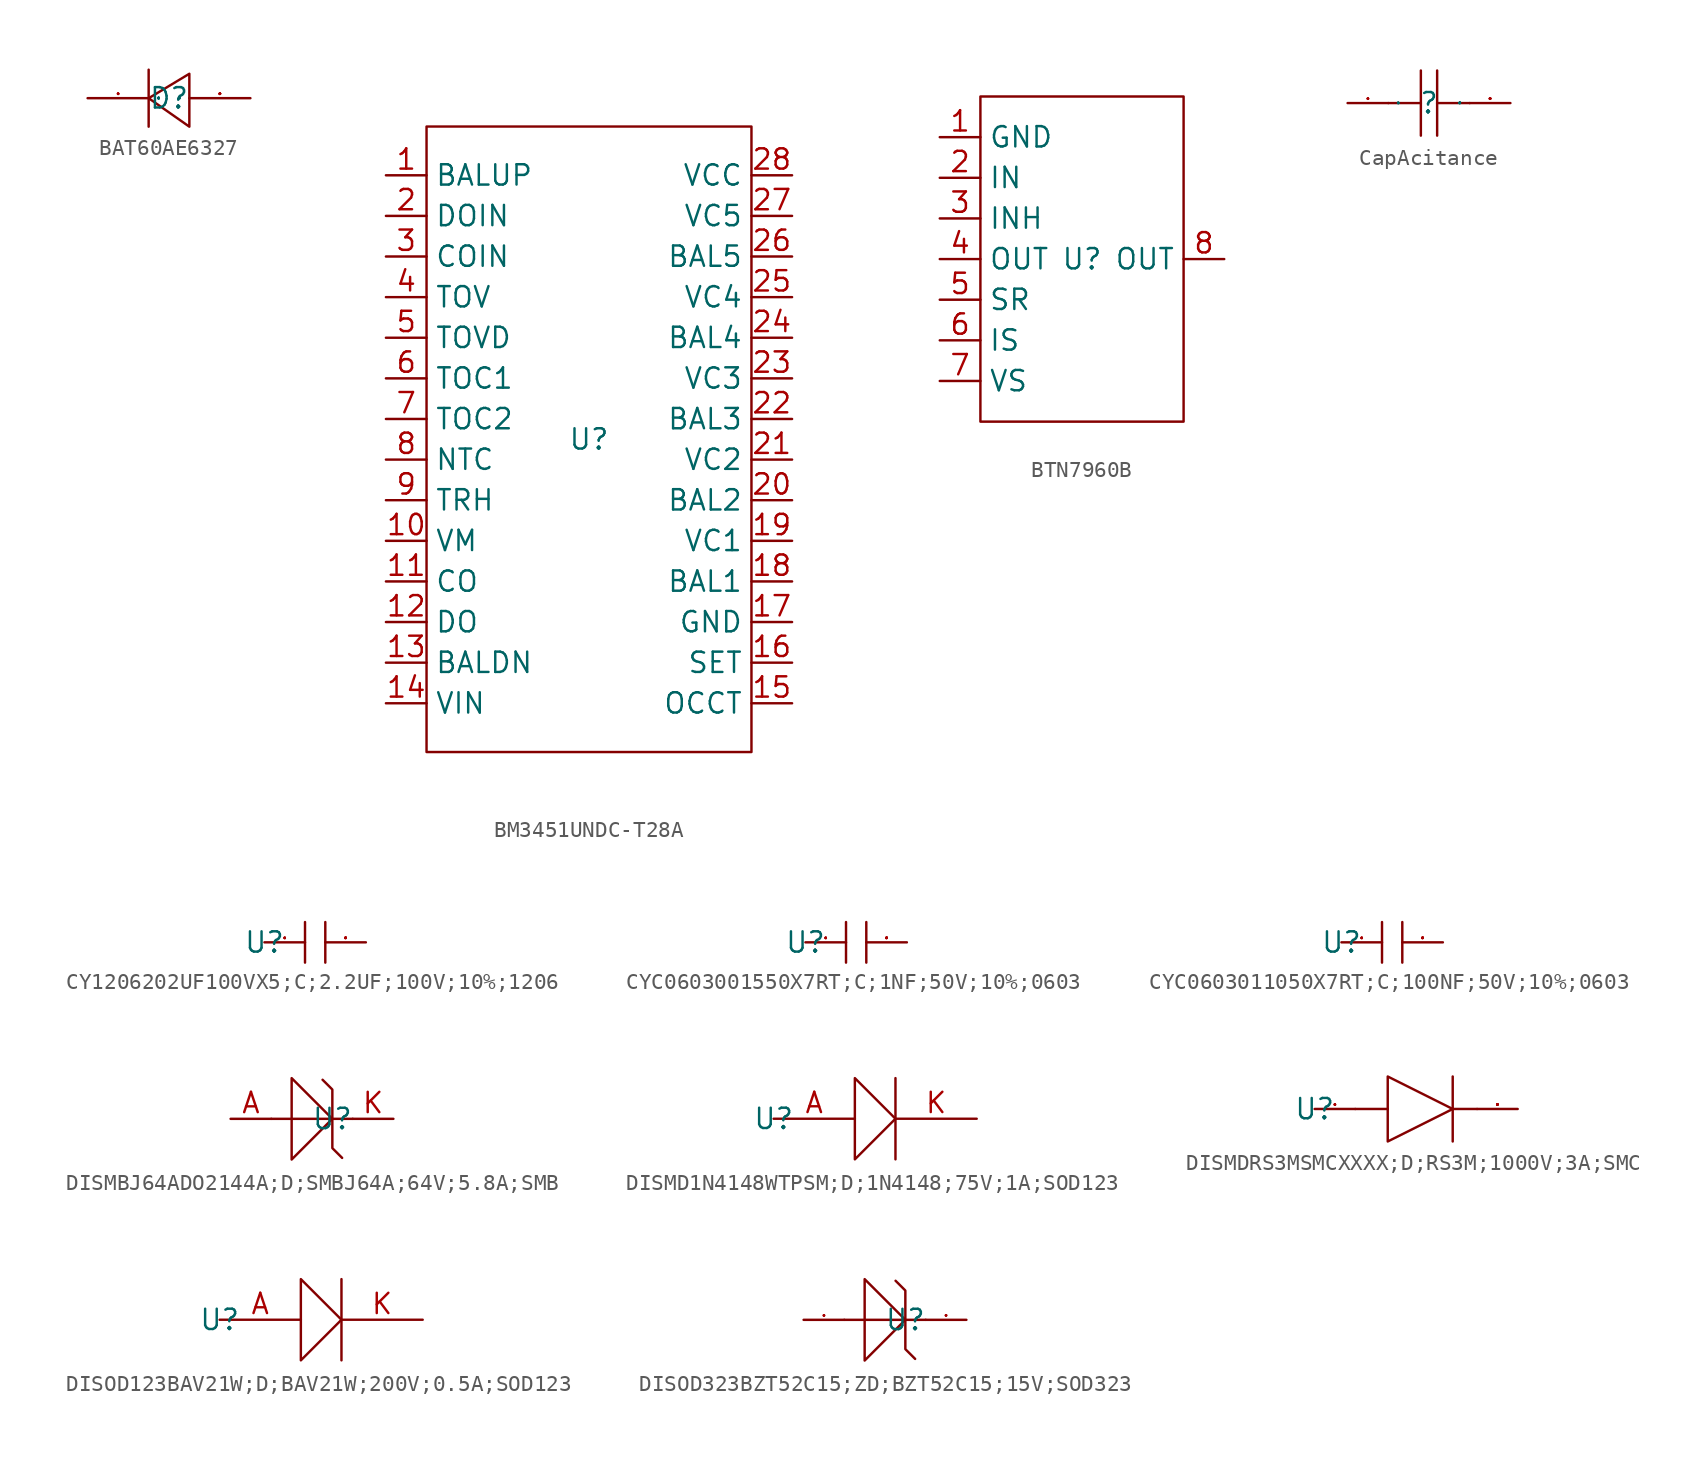
<source format=kicad_sym>
(kicad_symbol_lib
  (version 20231120)
  (generator "kicad_symbol_editor")
  (generator_version "8.0")
  (symbol "BAT60AE6327"
    (property "Reference" "D"
      (at 0 0 0)
      (effects (font (size 1.27 1.27))))
    (property "Value" ""
      (at 0 0 0)
      (effects (font (size 1.27 1.27))))
    (symbol "BAT60AE6327_1_0"
      (polyline (pts (xy -1.27 1.778) (xy -1.27 -1.778)) (stroke (width 0) (type default)) (fill (type none)))
      (polyline (pts (xy 1.27 1.524) (xy -1.27 0) (xy -1.27 0) (xy 1.27 -1.778) (xy 1.27 -1.778) (xy 1.27 1.524)) (stroke (width 0) (type default)) (fill (type none)))
      (pin unspecified line (at -5.08 0 0) (length 3.81) (name "C" (effects (font (size 0.025 0.025)))) (number "1" (effects (font (size 0.025 0.025)))))
      (pin unspecified line (at 5.08 0 180) (length 3.81) (name "A" (effects (font (size 0.025 0.025)))) (number "2" (effects (font (size 0.025 0.025)))))))
  (symbol "BM3451UNDC-T28A"
    (property "Reference" "U"
      (at 0 0 0)
      (effects (font (size 1.27 1.27))))
    (property "Value" ""
      (at 0 0 0)
      (effects (font (size 1.27 1.27))))
    (symbol "BM3451UNDC-T28A_1_0"
      (rectangle (start -10.16 -19.558) (end 10.16 19.558) (stroke (width 0) (type default)) (fill (type none)))
      (pin unspecified line (at -12.7 16.51 0) (length 2.54) (name "BALUP" (effects (font (size 1.27 1.27)))) (number "1" (effects (font (size 1.27 1.27)))))
      (pin unspecified line (at -12.7 -6.35 0) (length 2.54) (name "VM" (effects (font (size 1.27 1.27)))) (number "10" (effects (font (size 1.27 1.27)))))
      (pin unspecified line (at -12.7 -8.89 0) (length 2.54) (name "CO" (effects (font (size 1.27 1.27)))) (number "11" (effects (font (size 1.27 1.27)))))
      (pin unspecified line (at -12.7 -11.43 0) (length 2.54) (name "DO" (effects (font (size 1.27 1.27)))) (number "12" (effects (font (size 1.27 1.27)))))
      (pin unspecified line (at -12.7 -13.97 0) (length 2.54) (name "BALDN" (effects (font (size 1.27 1.27)))) (number "13" (effects (font (size 1.27 1.27)))))
      (pin unspecified line (at -12.7 -16.51 0) (length 2.54) (name "VIN" (effects (font (size 1.27 1.27)))) (number "14" (effects (font (size 1.27 1.27)))))
      (pin unspecified line (at 12.7 -16.51 180) (length 2.54) (name "OCCT" (effects (font (size 1.27 1.27)))) (number "15" (effects (font (size 1.27 1.27)))))
      (pin unspecified line (at 12.7 -13.97 180) (length 2.54) (name "SET" (effects (font (size 1.27 1.27)))) (number "16" (effects (font (size 1.27 1.27)))))
      (pin unspecified line (at 12.7 -11.43 180) (length 2.54) (name "GND" (effects (font (size 1.27 1.27)))) (number "17" (effects (font (size 1.27 1.27)))))
      (pin unspecified line (at 12.7 -8.89 180) (length 2.54) (name "BAL1" (effects (font (size 1.27 1.27)))) (number "18" (effects (font (size 1.27 1.27)))))
      (pin unspecified line (at 12.7 -6.35 180) (length 2.54) (name "VC1" (effects (font (size 1.27 1.27)))) (number "19" (effects (font (size 1.27 1.27)))))
      (pin unspecified line (at -12.7 13.97 0) (length 2.54) (name "DOIN" (effects (font (size 1.27 1.27)))) (number "2" (effects (font (size 1.27 1.27)))))
      (pin unspecified line (at 12.7 -3.81 180) (length 2.54) (name "BAL2" (effects (font (size 1.27 1.27)))) (number "20" (effects (font (size 1.27 1.27)))))
      (pin unspecified line (at 12.7 -1.27 180) (length 2.54) (name "VC2" (effects (font (size 1.27 1.27)))) (number "21" (effects (font (size 1.27 1.27)))))
      (pin unspecified line (at 12.7 1.27 180) (length 2.54) (name "BAL3" (effects (font (size 1.27 1.27)))) (number "22" (effects (font (size 1.27 1.27)))))
      (pin unspecified line (at 12.7 3.81 180) (length 2.54) (name "VC3" (effects (font (size 1.27 1.27)))) (number "23" (effects (font (size 1.27 1.27)))))
      (pin unspecified line (at 12.7 6.35 180) (length 2.54) (name "BAL4" (effects (font (size 1.27 1.27)))) (number "24" (effects (font (size 1.27 1.27)))))
      (pin unspecified line (at 12.7 8.89 180) (length 2.54) (name "VC4" (effects (font (size 1.27 1.27)))) (number "25" (effects (font (size 1.27 1.27)))))
      (pin unspecified line (at 12.7 11.43 180) (length 2.54) (name "BAL5" (effects (font (size 1.27 1.27)))) (number "26" (effects (font (size 1.27 1.27)))))
      (pin unspecified line (at 12.7 13.97 180) (length 2.54) (name "VC5" (effects (font (size 1.27 1.27)))) (number "27" (effects (font (size 1.27 1.27)))))
      (pin unspecified line (at 12.7 16.51 180) (length 2.54) (name "VCC" (effects (font (size 1.27 1.27)))) (number "28" (effects (font (size 1.27 1.27)))))
      (pin unspecified line (at -12.7 11.43 0) (length 2.54) (name "COIN" (effects (font (size 1.27 1.27)))) (number "3" (effects (font (size 1.27 1.27)))))
      (pin unspecified line (at -12.7 8.89 0) (length 2.54) (name "TOV" (effects (font (size 1.27 1.27)))) (number "4" (effects (font (size 1.27 1.27)))))
      (pin unspecified line (at -12.7 6.35 0) (length 2.54) (name "TOVD" (effects (font (size 1.27 1.27)))) (number "5" (effects (font (size 1.27 1.27)))))
      (pin unspecified line (at -12.7 3.81 0) (length 2.54) (name "TOC1" (effects (font (size 1.27 1.27)))) (number "6" (effects (font (size 1.27 1.27)))))
      (pin unspecified line (at -12.7 1.27 0) (length 2.54) (name "TOC2" (effects (font (size 1.27 1.27)))) (number "7" (effects (font (size 1.27 1.27)))))
      (pin unspecified line (at -12.7 -1.27 0) (length 2.54) (name "NTC" (effects (font (size 1.27 1.27)))) (number "8" (effects (font (size 1.27 1.27)))))
      (pin unspecified line (at -12.7 -3.81 0) (length 2.54) (name "TRH" (effects (font (size 1.27 1.27)))) (number "9" (effects (font (size 1.27 1.27)))))))
  (symbol "BTN7960B"
    (property "Reference" "U"
      (at 0 0 0)
      (effects (font (size 1.27 1.27))))
    (property "Value" ""
      (at 0 0 0)
      (effects (font (size 1.27 1.27))))
    (symbol "BTN7960B_1_0"
      (rectangle (start -6.35 -10.16) (end 6.35 10.16) (stroke (width 0) (type default)) (fill (type none)))
      (pin unspecified line (at -8.89 7.62 0) (length 2.54) (name "GND" (effects (font (size 1.27 1.27)))) (number "1" (effects (font (size 1.27 1.27)))))
      (pin unspecified line (at -8.89 5.08 0) (length 2.54) (name "IN" (effects (font (size 1.27 1.27)))) (number "2" (effects (font (size 1.27 1.27)))))
      (pin unspecified line (at -8.89 2.54 0) (length 2.54) (name "INH" (effects (font (size 1.27 1.27)))) (number "3" (effects (font (size 1.27 1.27)))))
      (pin unspecified line (at -8.89 0 0) (length 2.54) (name "OUT" (effects (font (size 1.27 1.27)))) (number "4" (effects (font (size 1.27 1.27)))))
      (pin unspecified line (at -8.89 -2.54 0) (length 2.54) (name "SR" (effects (font (size 1.27 1.27)))) (number "5" (effects (font (size 1.27 1.27)))))
      (pin unspecified line (at -8.89 -5.08 0) (length 2.54) (name "IS" (effects (font (size 1.27 1.27)))) (number "6" (effects (font (size 1.27 1.27)))))
      (pin unspecified line (at -8.89 -7.62 0) (length 2.54) (name "VS" (effects (font (size 1.27 1.27)))) (number "7" (effects (font (size 1.27 1.27)))))
      (pin unspecified line (at 8.89 0 180) (length 2.54) (name "OUT" (effects (font (size 1.27 1.27)))) (number "8" (effects (font (size 1.27 1.27)))))))
  (symbol "CapAcitance"
    (property "Reference" ""
      (at 0 0 0)
      (effects (font (size 1.27 1.27))))
    (symbol "CapAcitance_1_0"
      (polyline (pts (xy -0.508 -2.032) (xy -0.508 2.032)) (stroke (width 0) (type default)) (fill (type none)))
      (polyline (pts (xy -0.508 0) (xy -2.54 0)) (stroke (width 0) (type default)) (fill (type none)))
      (polyline (pts (xy 0.508 2.032) (xy 0.508 -2.032)) (stroke (width 0) (type default)) (fill (type none)))
      (polyline (pts (xy 2.54 0) (xy 0.508 0)) (stroke (width 0) (type default)) (fill (type none)))
      (pin input line (at -5.08 0 0) (length 2.54) (name "1" (effects (font (size 0.025 0.025)))) (number "1" (effects (font (size 0.025 0.025)))))
      (pin input line (at 5.08 0 180) (length 2.54) (name "2" (effects (font (size 0.025 0.025)))) (number "2" (effects (font (size 0.025 0.025)))))))
  (symbol "CY1206202UF100VX5;C;2.2UF;100V;10%;1206"
    (property "Reference" "U"
      (at 0 0 0)
      (effects (font (size 1.27 1.27))))
    (symbol "CY1206202UF100VX5;C;2.2UF;100V;10%;1206_1_0"
      (polyline (pts (xy 2.54 1.27) (xy 2.54 -1.27)) (stroke (width 0) (type default)) (fill (type none)))
      (polyline (pts (xy 3.81 1.27) (xy 3.81 -1.27)) (stroke (width 0) (type default)) (fill (type none)))
      (pin unspecified line (at 0 0 0) (length 2.54) (name "" (effects (font (size 0.025 0.025)))) (number "1" (effects (font (size 0.025 0.025)))))
      (pin unspecified line (at 6.35 0 180) (length 2.54) (name "" (effects (font (size 0.025 0.025)))) (number "2" (effects (font (size 0.025 0.025)))))))
  (symbol "CYC0603001550X7RT;C;1NF;50V;10%;0603"
    (property "Reference" "U"
      (at 0 0 0)
      (effects (font (size 1.27 1.27))))
    (symbol "CYC0603001550X7RT;C;1NF;50V;10%;0603_1_0"
      (polyline (pts (xy 2.54 1.27) (xy 2.54 -1.27)) (stroke (width 0) (type default)) (fill (type none)))
      (polyline (pts (xy 3.81 1.27) (xy 3.81 -1.27)) (stroke (width 0) (type default)) (fill (type none)))
      (pin unspecified line (at 0 0 0) (length 2.54) (name "" (effects (font (size 0.025 0.025)))) (number "1" (effects (font (size 0.025 0.025)))))
      (pin unspecified line (at 6.35 0 180) (length 2.54) (name "" (effects (font (size 0.025 0.025)))) (number "2" (effects (font (size 0.025 0.025)))))))
  (symbol "CYC0603011050X7RT;C;100NF;50V;10%;0603"
    (property "Reference" "U"
      (at 0 0 0)
      (effects (font (size 1.27 1.27))))
    (symbol "CYC0603011050X7RT;C;100NF;50V;10%;0603_1_0"
      (polyline (pts (xy 2.54 1.27) (xy 2.54 -1.27)) (stroke (width 0) (type default)) (fill (type none)))
      (polyline (pts (xy 3.81 1.27) (xy 3.81 -1.27)) (stroke (width 0) (type default)) (fill (type none)))
      (pin unspecified line (at 0 0 0) (length 2.54) (name "" (effects (font (size 0.025 0.025)))) (number "1" (effects (font (size 0.025 0.025)))))
      (pin unspecified line (at 6.35 0 180) (length 2.54) (name "" (effects (font (size 0.025 0.025)))) (number "2" (effects (font (size 0.025 0.025)))))))
  (symbol "DISMBJ64ADO2144A;D;SMBJ64A;64V;5.8A;SMB"
    (property "Reference" "U"
      (at 0 0 0)
      (effects (font (size 1.27 1.27))))
    (symbol "DISMBJ64ADO2144A;D;SMBJ64A;64V;5.8A;SMB_1_0"
      (polyline (pts (xy -3.81 0) (xy 1.27 0)) (stroke (width 0) (type default)) (fill (type none)))
      (polyline (pts (xy 0 0) (xy 0 -1.829) (xy 0 -1.829) (xy 0.61 -2.438)) (stroke (width 0) (type default)) (fill (type none)))
      (polyline (pts (xy 0 0) (xy 0 1.829) (xy 0 1.829) (xy -0.61 2.438)) (stroke (width 0) (type default)) (fill (type none)))
      (polyline (pts (xy -2.54 2.54) (xy 0 0) (xy 0 0) (xy -2.54 -2.54) (xy -2.54 -2.54) (xy -2.54 2.54)) (stroke (width 0) (type default)) (fill (type none)))
      (pin unspecified line (at -6.35 0 0) (length 2.54) (name "" (effects (font (size 1.27 1.27)))) (number "A" (effects (font (size 1.27 1.27)))))
      (pin unspecified line (at 3.81 0 180) (length 2.54) (name "" (effects (font (size 1.27 1.27)))) (number "K" (effects (font (size 1.27 1.27)))))))
  (symbol "DISMD1N4148WTPSM;D;1N4148;75V;1A;SOD123"
    (property "Reference" "U"
      (at 0 0 0)
      (effects (font (size 1.27 1.27))))
    (symbol "DISMD1N4148WTPSM;D;1N4148;75V;1A;SOD123_1_0"
      (polyline (pts (xy 7.62 2.54) (xy 7.62 -2.54)) (stroke (width 0) (type default)) (fill (type none)))
      (polyline (pts (xy 5.08 -2.54) (xy 7.62 0) (xy 7.62 0) (xy 5.08 2.54) (xy 5.08 2.54) (xy 5.08 -2.54)) (stroke (width 0) (type default)) (fill (type none)))
      (pin unspecified line (at 0 0 0) (length 5.08) (name "" (effects (font (size 1.27 1.27)))) (number "A" (effects (font (size 1.27 1.27)))))
      (pin unspecified line (at 12.7 0 180) (length 5.08) (name "" (effects (font (size 1.27 1.27)))) (number "K" (effects (font (size 1.27 1.27)))))))
  (symbol "DISMDRS3MSMCXXXX;D;RS3M;1000V;3A;SMC"
    (property "Reference" "U"
      (at 0 0 0)
      (effects (font (size 1.27 1.27))))
    (symbol "DISMDRS3MSMCXXXX;D;RS3M;1000V;3A;SMC_1_0"
      (polyline (pts (xy 4.572 0) (xy 2.54 0)) (stroke (width 0) (type default)) (fill (type none)))
      (polyline (pts (xy 8.636 2.032) (xy 8.636 -2.032)) (stroke (width 0) (type default)) (fill (type none)))
      (polyline (pts (xy 10.16 0) (xy 8.636 0)) (stroke (width 0) (type default)) (fill (type none)))
      (polyline (pts (xy 4.572 2.032) (xy 4.572 -2.032) (xy 4.572 -2.032) (xy 8.636 0) (xy 8.636 0) (xy 4.572 2.032)) (stroke (width 0) (type default)) (fill (type none)))
      (pin unspecified line (at 0 0 0) (length 2.54) (name "" (effects (font (size 0.025 0.025)))) (number "1" (effects (font (size 0.025 0.025)))))
      (pin unspecified line (at 12.7 0 180) (length 2.54) (name "" (effects (font (size 0.025 0.025)))) (number "2" (effects (font (size 0.025 0.025)))))))
  (symbol "DISOD123BAV21W;D;BAV21W;200V;0.5A;SOD123"
    (property "Reference" "U"
      (at 0 0 0)
      (effects (font (size 1.27 1.27))))
    (symbol "DISOD123BAV21W;D;BAV21W;200V;0.5A;SOD123_1_0"
      (polyline (pts (xy 7.62 2.54) (xy 7.62 -2.54)) (stroke (width 0) (type default)) (fill (type none)))
      (polyline (pts (xy 5.08 -2.54) (xy 7.62 0) (xy 7.62 0) (xy 5.08 2.54) (xy 5.08 2.54) (xy 5.08 -2.54)) (stroke (width 0) (type default)) (fill (type none)))
      (pin unspecified line (at 0 0 0) (length 5.08) (name "" (effects (font (size 1.27 1.27)))) (number "A" (effects (font (size 1.27 1.27)))))
      (pin unspecified line (at 12.7 0 180) (length 5.08) (name "" (effects (font (size 1.27 1.27)))) (number "K" (effects (font (size 1.27 1.27)))))))
  (symbol "DISOD323BZT52C15;ZD;BZT52C15;15V;SOD323"
    (property "Reference" "U"
      (at 0 0 0)
      (effects (font (size 1.27 1.27))))
    (symbol "DISOD323BZT52C15;ZD;BZT52C15;15V;SOD323_1_0"
      (polyline (pts (xy -3.81 0) (xy 1.27 0)) (stroke (width 0) (type default)) (fill (type none)))
      (polyline (pts (xy 0 0) (xy 0 -1.829) (xy 0 -1.829) (xy 0.61 -2.438)) (stroke (width 0) (type default)) (fill (type none)))
      (polyline (pts (xy 0 0) (xy 0 1.829) (xy 0 1.829) (xy -0.61 2.438)) (stroke (width 0) (type default)) (fill (type none)))
      (polyline (pts (xy -2.54 2.54) (xy 0 0) (xy 0 0) (xy -2.54 -2.54) (xy -2.54 -2.54) (xy -2.54 2.54)) (stroke (width 0) (type default)) (fill (type none)))
      (pin unspecified line (at -6.35 0 0) (length 2.54) (name "" (effects (font (size 0.025 0.025)))) (number "A" (effects (font (size 0.025 0.025)))))
      (pin unspecified line (at 3.81 0 180) (length 2.54) (name "" (effects (font (size 0.025 0.025)))) (number "K" (effects (font (size 0.025 0.025))))))))
</source>
